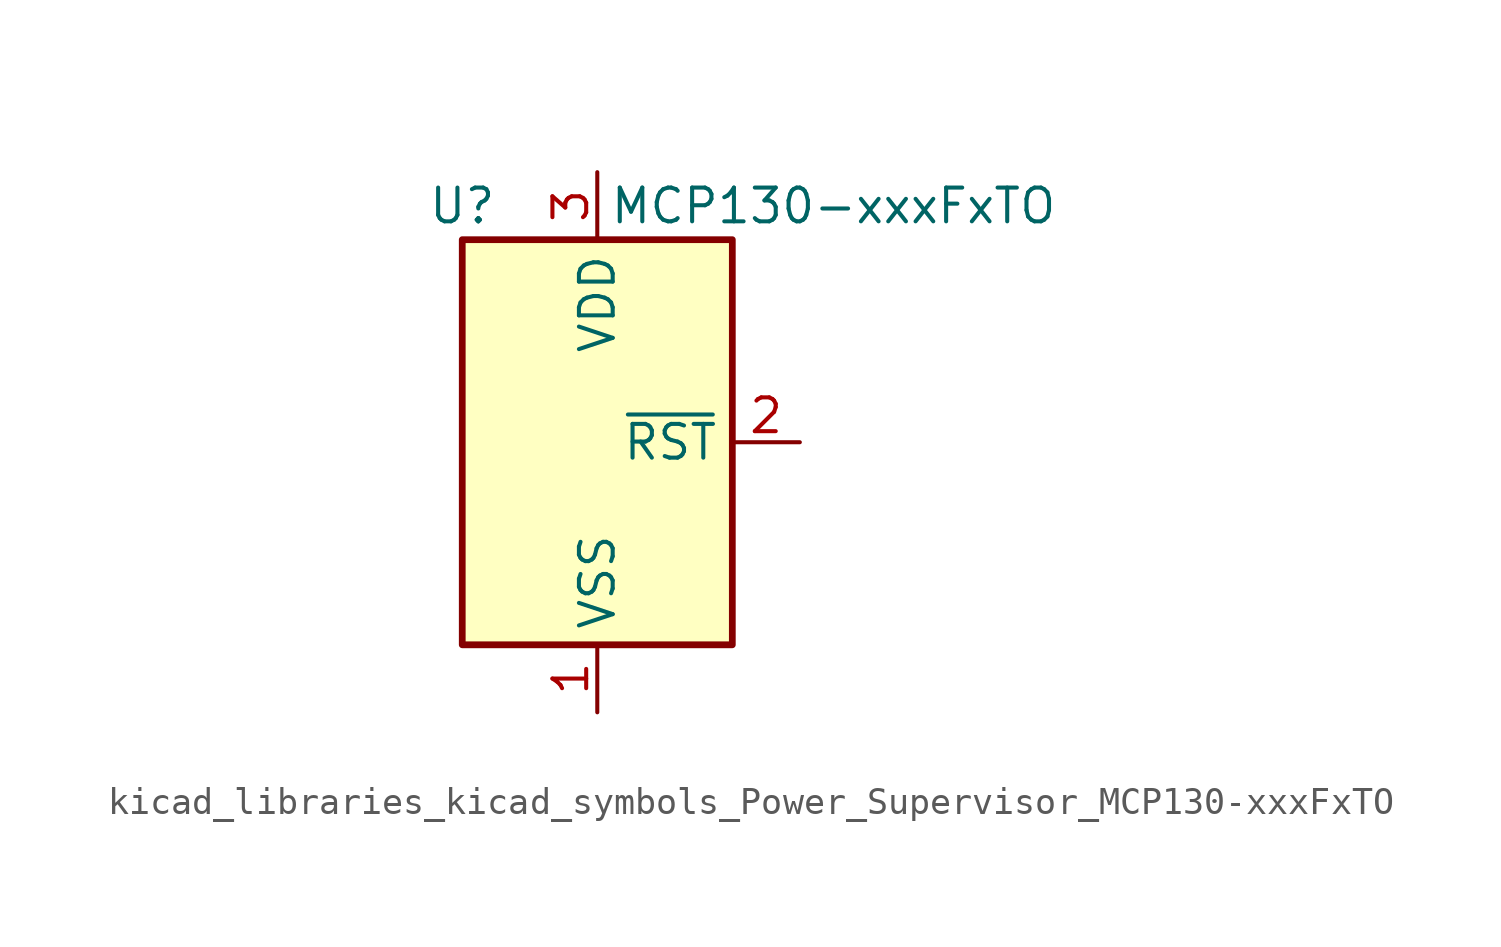
<source format=kicad_sym>
(kicad_symbol_lib
  (version 20220914)
  (generator kicad_symbol_editor)
  (symbol "kicad_libraries_kicad_symbols_Power_Supervisor_MCP130-xxxFxTO"
    (property "Reference" "U"
      (at -5.08 8.89 0)
      (effects (font (size 1.27 1.27))))
    (property "Value" "MCP130-xxxFxTO"
      (at 8.89 8.89 0)
      (effects (font (size 1.27 1.27))))
    (symbol "kicad_libraries_kicad_symbols_Power_Supervisor_MCP130-xxxFxTO_0_1"
      (rectangle (start 5.08 7.62) (end -5.08 -7.62) (stroke (width 0.254) (type default)) (fill (type background)))
      (pin power_in line (at 0 10.16 270) (length 2.54) (name "VDD" (effects (font (size 1.27 1.27)))) (number "3" (effects (font (size 1.27 1.27))))))
    (symbol "kicad_libraries_kicad_symbols_Power_Supervisor_MCP130-xxxFxTO_1_1"
      (pin power_in line (at 0 -10.16 90) (length 2.54) (name "VSS" (effects (font (size 1.27 1.27)))) (number "1" (effects (font (size 1.27 1.27)))))
      (pin open_collector line (at 7.62 0 180) (length 2.54) (name "~{RST}" (effects (font (size 1.27 1.27)))) (number "2" (effects (font (size 1.27 1.27))))))))
</source>
